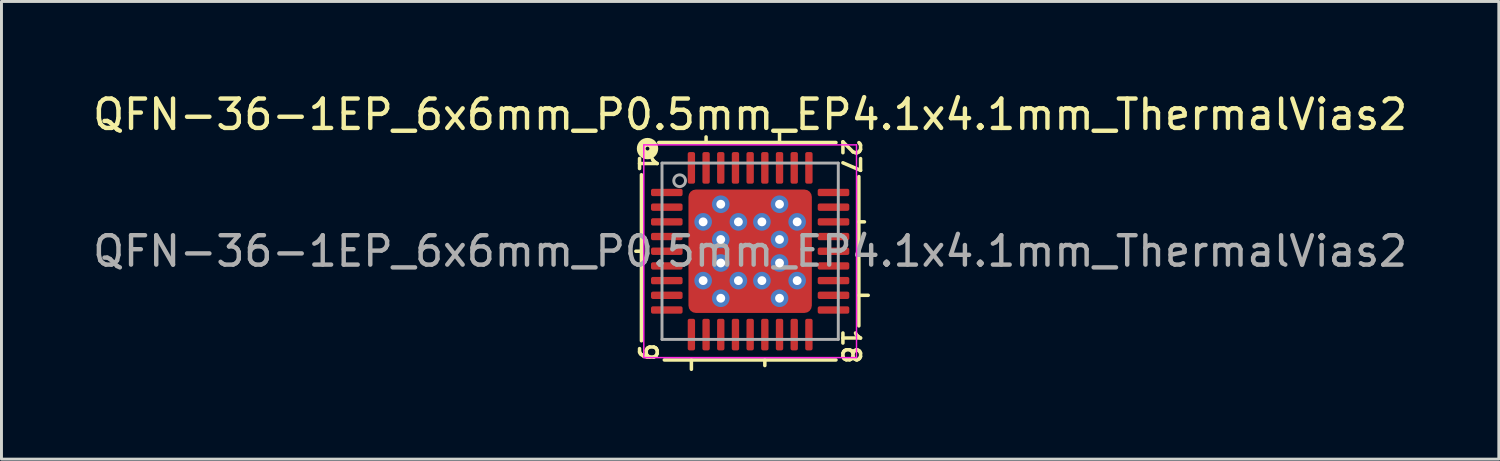
<source format=kicad_pcb>
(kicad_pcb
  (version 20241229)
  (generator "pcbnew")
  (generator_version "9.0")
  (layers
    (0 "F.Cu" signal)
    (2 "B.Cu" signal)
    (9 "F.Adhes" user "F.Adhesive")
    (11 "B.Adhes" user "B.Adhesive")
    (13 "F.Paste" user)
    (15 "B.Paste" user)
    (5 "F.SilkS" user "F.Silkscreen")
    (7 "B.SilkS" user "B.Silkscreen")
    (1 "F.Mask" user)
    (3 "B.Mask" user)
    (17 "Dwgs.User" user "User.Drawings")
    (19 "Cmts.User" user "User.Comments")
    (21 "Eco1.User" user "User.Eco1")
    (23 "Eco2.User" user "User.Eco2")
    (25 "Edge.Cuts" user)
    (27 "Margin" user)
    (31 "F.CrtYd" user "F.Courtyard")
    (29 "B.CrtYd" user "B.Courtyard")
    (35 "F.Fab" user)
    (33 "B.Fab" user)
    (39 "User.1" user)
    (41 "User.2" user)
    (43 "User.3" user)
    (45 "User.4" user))
  (footprint "QFN-36-1EP_6x6mm_P0.5mm_EP4.1x4.1mm_ThermalVias2"
    (layer "F.Cu")
    (at 22.482 5.501)
    (property "Reference" "QFN-36-1EP_6x6mm_P0.5mm_EP4.1x4.1mm_ThermalVias2" (at 0 -4.652 0) (layer "F.SilkS") (effects (font (size 1 1) (thickness 0.15))))
    (attr smd)
    (fp_line (start -3.7 -2.603) (end -3.7 3.048) (stroke (width 0.12) (type solid)) (layer "F.SilkS"))
    (fp_line (start -3.7 0) (end -3.89 0) (stroke (width 0.12) (type solid)) (layer "F.SilkS"))
    (fp_line (start -2.921 3.7) (end 2.921 3.7) (stroke (width 0.12) (type solid)) (layer "F.SilkS"))
    (fp_line (start -2 3.7) (end -2 4.018) (stroke (width 0.12) (type solid)) (layer "F.SilkS"))
    (fp_line (start -1.5 -3.7) (end -1.5 -3.89) (stroke (width 0.12) (type solid)) (layer "F.SilkS"))
    (fp_line (start 0.5 3.7) (end 0.5 3.89) (stroke (width 0.12) (type solid)) (layer "F.SilkS"))
    (fp_line (start 1 -3.7) (end 1 -4.018) (stroke (width 0.12) (type solid)) (layer "F.SilkS"))
    (fp_line (start 2.921 -3.7) (end -3.111 -3.7) (stroke (width 0.12) (type solid)) (layer "F.SilkS"))
    (fp_line (start 3.7 -1) (end 3.89 -1) (stroke (width 0.12) (type solid)) (layer "F.SilkS"))
    (fp_line (start 3.7 1.5) (end 4.018 1.5) (stroke (width 0.12) (type solid)) (layer "F.SilkS"))
    (fp_line (start 3.7 2.54) (end 3.7 -2.54) (stroke (width 0.12) (type solid)) (layer "F.SilkS"))
    (fp_circle (center -3.493 -3.493) (end -3.429 -3.493) (stroke (width 0.3) (type solid)) (fill no) (layer "F.SilkS"))
    (fp_line (start -3.62 -3.62) (end -3.62 3.62) (stroke (width 0.05) (type solid)) (layer "F.CrtYd"))
    (fp_line (start -3.62 3.62) (end 3.62 3.62) (stroke (width 0.05) (type solid)) (layer "F.CrtYd"))
    (fp_line (start 3.62 -3.62) (end -3.62 -3.62) (stroke (width 0.05) (type solid)) (layer "F.CrtYd"))
    (fp_line (start 3.62 3.62) (end 3.62 -3.62) (stroke (width 0.05) (type solid)) (layer "F.CrtYd"))
    (fp_line (start -3 -3) (end 3 -3) (stroke (width 0.1) (type solid)) (layer "F.Fab"))
    (fp_line (start -3 3) (end -3 -3) (stroke (width 0.1) (type solid)) (layer "F.Fab"))
    (fp_line (start 3 -3) (end 3 3) (stroke (width 0.1) (type solid)) (layer "F.Fab"))
    (fp_line (start 3 3) (end -3 3) (stroke (width 0.1) (type solid)) (layer "F.Fab"))
    (fp_circle (center -2.4 -2.4) (end -2.2 -2.4) (stroke (width 0.1) (type solid)) (fill no) (layer "F.Fab"))
    (fp_text user "27" (at 3.429 -3.239 270) (unlocked yes) (layer "F.SilkS") (effects (font (size 0.6 0.6) (thickness 0.12))))
    (fp_text user "18" (at 3.429 3.239 270) (unlocked yes) (layer "F.SilkS") (effects (font (size 0.6 0.6) (thickness 0.12))))
    (fp_text user "9" (at -3.493 3.429 270) (unlocked yes) (layer "F.SilkS") (effects (font (size 0.6 0.6) (thickness 0.12))))
    (fp_text user "1" (at -3.493 -2.985 270) (unlocked yes) (layer "F.SilkS") (effects (font (size 0.6 0.6) (thickness 0.12))))
    (fp_text user "${REFERENCE}" (at 0 0 0) (layer "F.Fab") (effects (font (size 1 1) (thickness 0.15))))
    (pad "" smd roundrect (at -1.65 -1.65) (size 0.5 0.5) (layers "F.Paste") (roundrect_rratio 0.25))
    (pad "" smd roundrect (at -1.65 -1.65) (size 0.7 0.7) (layers "F.Mask") (roundrect_rratio 0.25))
    (pad "" smd roundrect (at -1.65 -0.35) (size 0.5 0.5) (layers "F.Paste") (roundrect_rratio 0.25))
    (pad "" smd roundrect (at -1.65 0) (size 0.7 1.4) (layers "F.Mask") (roundrect_rratio 0.25))
    (pad "" smd roundrect (at -1.65 0.35) (size 0.5 0.5) (layers "F.Paste") (roundrect_rratio 0.25))
    (pad "" smd roundrect (at -1.65 1.65) (size 0.5 0.5) (layers "F.Paste") (roundrect_rratio 0.25))
    (pad "" smd roundrect (at -1.65 1.65) (size 0.7 0.7) (layers "F.Mask") (roundrect_rratio 0.25))
    (pad "" smd roundrect (at -0.35 -1.65 90) (size 0.5 0.5) (layers "F.Paste") (roundrect_rratio 0.25))
    (pad "" smd roundrect (at -0.35 -0.35) (size 0.5 0.5) (layers "F.Paste") (roundrect_rratio 0.25))
    (pad "" smd roundrect (at -0.35 0.35) (size 0.5 0.5) (layers "F.Paste") (roundrect_rratio 0.25))
    (pad "" smd roundrect (at -0.35 1.65 90) (size 0.5 0.5) (layers "F.Paste") (roundrect_rratio 0.25))
    (pad "" smd roundrect (at 0 -1.65 90) (size 0.7 1.4) (layers "F.Mask") (roundrect_rratio 0.25))
    (pad "" smd roundrect (at 0 0) (size 1.4 1.4) (layers "F.Mask") (roundrect_rratio 0.179))
    (pad "" smd roundrect (at 0 1.65 90) (size 0.7 1.4) (layers "F.Mask") (roundrect_rratio 0.25))
    (pad "" smd roundrect (at 0.35 -1.65 90) (size 0.5 0.5) (layers "F.Paste") (roundrect_rratio 0.25))
    (pad "" smd roundrect (at 0.35 -0.35) (size 0.5 0.5) (layers "F.Paste") (roundrect_rratio 0.25))
    (pad "" smd roundrect (at 0.35 0.35) (size 0.5 0.5) (layers "F.Paste") (roundrect_rratio 0.25))
    (pad "" smd roundrect (at 0.35 1.65 90) (size 0.5 0.5) (layers "F.Paste") (roundrect_rratio 0.25))
    (pad "" smd roundrect (at 1.65 -1.65) (size 0.5 0.5) (layers "F.Paste") (roundrect_rratio 0.25))
    (pad "" smd roundrect (at 1.65 -1.65) (size 0.7 0.7) (layers "F.Mask") (roundrect_rratio 0.25))
    (pad "" smd roundrect (at 1.65 -0.35) (size 0.5 0.5) (layers "F.Paste") (roundrect_rratio 0.25))
    (pad "" smd roundrect (at 1.65 0) (size 0.7 1.4) (layers "F.Mask") (roundrect_rratio 0.25))
    (pad "" smd roundrect (at 1.65 0.35) (size 0.5 0.5) (layers "F.Paste") (roundrect_rratio 0.25))
    (pad "" smd roundrect (at 1.65 1.65) (size 0.5 0.5) (layers "F.Paste") (roundrect_rratio 0.25))
    (pad "" smd roundrect (at 1.65 1.65) (size 0.7 0.7) (layers "F.Mask") (roundrect_rratio 0.25))
    (pad "1" smd roundrect (at -2.837 -2) (size 1.075 0.25) (layers "F.Cu" "F.Mask" "F.Paste") (roundrect_rratio 0.25))
    (pad "2" smd roundrect (at -2.837 -1.5) (size 1.075 0.25) (layers "F.Cu" "F.Mask" "F.Paste") (roundrect_rratio 0.25))
    (pad "3" smd roundrect (at -2.837 -1) (size 1.075 0.25) (layers "F.Cu" "F.Mask" "F.Paste") (roundrect_rratio 0.25))
    (pad "4" smd roundrect (at -2.837 -0.5) (size 1.075 0.25) (layers "F.Cu" "F.Mask" "F.Paste") (roundrect_rratio 0.25))
    (pad "5" smd roundrect (at -2.837 0) (size 1.075 0.25) (layers "F.Cu" "F.Mask" "F.Paste") (roundrect_rratio 0.25))
    (pad "6" smd roundrect (at -2.837 0.5) (size 1.075 0.25) (layers "F.Cu" "F.Mask" "F.Paste") (roundrect_rratio 0.25))
    (pad "7" smd roundrect (at -2.837 1) (size 1.075 0.25) (layers "F.Cu" "F.Mask" "F.Paste") (roundrect_rratio 0.25))
    (pad "8" smd roundrect (at -2.837 1.5) (size 1.075 0.25) (layers "F.Cu" "F.Mask" "F.Paste") (roundrect_rratio 0.25))
    (pad "9" smd roundrect (at -2.837 2) (size 1.075 0.25) (layers "F.Cu" "F.Mask" "F.Paste") (roundrect_rratio 0.25))
    (pad "10" smd roundrect (at -2 2.837) (size 0.25 1.075) (layers "F.Cu" "F.Mask" "F.Paste") (roundrect_rratio 0.25))
    (pad "11" smd roundrect (at -1.5 2.837) (size 0.25 1.075) (layers "F.Cu" "F.Mask" "F.Paste") (roundrect_rratio 0.25))
    (pad "12" smd roundrect (at -1 2.837) (size 0.25 1.075) (layers "F.Cu" "F.Mask" "F.Paste") (roundrect_rratio 0.25))
    (pad "13" smd roundrect (at -0.5 2.837) (size 0.25 1.075) (layers "F.Cu" "F.Mask" "F.Paste") (roundrect_rratio 0.25))
    (pad "14" smd roundrect (at 0 2.837) (size 0.25 1.075) (layers "F.Cu" "F.Mask" "F.Paste") (roundrect_rratio 0.25))
    (pad "15" smd roundrect (at 0.5 2.837) (size 0.25 1.075) (layers "F.Cu" "F.Mask" "F.Paste") (roundrect_rratio 0.25))
    (pad "16" smd roundrect (at 1 2.837) (size 0.25 1.075) (layers "F.Cu" "F.Mask" "F.Paste") (roundrect_rratio 0.25))
    (pad "17" smd roundrect (at 1.5 2.837) (size 0.25 1.075) (layers "F.Cu" "F.Mask" "F.Paste") (roundrect_rratio 0.25))
    (pad "18" smd roundrect (at 2 2.837) (size 0.25 1.075) (layers "F.Cu" "F.Mask" "F.Paste") (roundrect_rratio 0.25))
    (pad "19" smd roundrect (at 2.837 2) (size 1.075 0.25) (layers "F.Cu" "F.Mask" "F.Paste") (roundrect_rratio 0.25))
    (pad "20" smd roundrect (at 2.837 1.5) (size 1.075 0.25) (layers "F.Cu" "F.Mask" "F.Paste") (roundrect_rratio 0.25))
    (pad "21" smd roundrect (at 2.837 1) (size 1.075 0.25) (layers "F.Cu" "F.Mask" "F.Paste") (roundrect_rratio 0.25))
    (pad "22" smd roundrect (at 2.837 0.5) (size 1.075 0.25) (layers "F.Cu" "F.Mask" "F.Paste") (roundrect_rratio 0.25))
    (pad "23" smd roundrect (at 2.837 0) (size 1.075 0.25) (layers "F.Cu" "F.Mask" "F.Paste") (roundrect_rratio 0.25))
    (pad "24" smd roundrect (at 2.837 -0.5) (size 1.075 0.25) (layers "F.Cu" "F.Mask" "F.Paste") (roundrect_rratio 0.25))
    (pad "25" smd roundrect (at 2.837 -1) (size 1.075 0.25) (layers "F.Cu" "F.Mask" "F.Paste") (roundrect_rratio 0.25))
    (pad "26" smd roundrect (at 2.837 -1.5) (size 1.075 0.25) (layers "F.Cu" "F.Mask" "F.Paste") (roundrect_rratio 0.25))
    (pad "27" smd roundrect (at 2.837 -2) (size 1.075 0.25) (layers "F.Cu" "F.Mask" "F.Paste") (roundrect_rratio 0.25))
    (pad "28" smd roundrect (at 2 -2.837) (size 0.25 1.075) (layers "F.Cu" "F.Mask" "F.Paste") (roundrect_rratio 0.25))
    (pad "29" smd roundrect (at 1.5 -2.837) (size 0.25 1.075) (layers "F.Cu" "F.Mask" "F.Paste") (roundrect_rratio 0.25))
    (pad "30" smd roundrect (at 1 -2.837) (size 0.25 1.075) (layers "F.Cu" "F.Mask" "F.Paste") (roundrect_rratio 0.25))
    (pad "31" smd roundrect (at 0.5 -2.837) (size 0.25 1.075) (layers "F.Cu" "F.Mask" "F.Paste") (roundrect_rratio 0.25))
    (pad "32" smd roundrect (at 0 -2.837) (size 0.25 1.075) (layers "F.Cu" "F.Mask" "F.Paste") (roundrect_rratio 0.25))
    (pad "33" smd roundrect (at -0.5 -2.837) (size 0.25 1.075) (layers "F.Cu" "F.Mask" "F.Paste") (roundrect_rratio 0.25))
    (pad "34" smd roundrect (at -1 -2.837) (size 0.25 1.075) (layers "F.Cu" "F.Mask" "F.Paste") (roundrect_rratio 0.25))
    (pad "35" smd roundrect (at -1.5 -2.837) (size 0.25 1.075) (layers "F.Cu" "F.Mask" "F.Paste") (roundrect_rratio 0.25))
    (pad "36" smd roundrect (at -2 -2.837) (size 0.25 1.075) (layers "F.Cu" "F.Mask" "F.Paste") (roundrect_rratio 0.25))
    (pad "37" thru_hole circle (at -1.6 -1) (size 0.6 0.6) (drill 0.3) (property pad_prop_heatsink) (layers "*.Cu" "*.Mask"))
    (pad "37" thru_hole circle (at -1.6 1) (size 0.6 0.6) (drill 0.3) (property pad_prop_heatsink) (layers "*.Cu" "*.Mask"))
    (pad "37" thru_hole circle (at -1 -1.6) (size 0.6 0.6) (drill 0.3) (property pad_prop_heatsink) (layers "*.Cu" "*.Mask"))
    (pad "37" thru_hole circle (at -1 -0.4) (size 0.6 0.6) (drill 0.3) (property pad_prop_heatsink) (layers "*.Cu" "*.Mask"))
    (pad "37" thru_hole circle (at -1 0.4) (size 0.6 0.6) (drill 0.3) (property pad_prop_heatsink) (layers "*.Cu" "*.Mask"))
    (pad "37" thru_hole circle (at -1 1.6) (size 0.6 0.6) (drill 0.3) (property pad_prop_heatsink) (layers "*.Cu" "*.Mask"))
    (pad "37" thru_hole circle (at -0.4 -1) (size 0.6 0.6) (drill 0.3) (property pad_prop_heatsink) (layers "*.Cu" "*.Mask"))
    (pad "37" thru_hole circle (at -0.4 1) (size 0.6 0.6) (drill 0.3) (property pad_prop_heatsink) (layers "*.Cu" "*.Mask"))
    (pad "37" smd roundrect (at 0 0) (size 4.2 4.2) (layers "F.Cu") (roundrect_rratio 0.06))
    (pad "37" thru_hole circle (at 0.4 -1) (size 0.6 0.6) (drill 0.3) (property pad_prop_heatsink) (layers "*.Cu" "*.Mask"))
    (pad "37" thru_hole circle (at 0.4 1) (size 0.6 0.6) (drill 0.3) (property pad_prop_heatsink) (layers "*.Cu" "*.Mask"))
    (pad "37" thru_hole circle (at 1 -1.6) (size 0.6 0.6) (drill 0.3) (property pad_prop_heatsink) (layers "*.Cu" "*.Mask"))
    (pad "37" thru_hole circle (at 1 -0.4) (size 0.6 0.6) (drill 0.3) (property pad_prop_heatsink) (layers "*.Cu" "*.Mask"))
    (pad "37" thru_hole circle (at 1 0.4) (size 0.6 0.6) (drill 0.3) (property pad_prop_heatsink) (layers "*.Cu" "*.Mask"))
    (pad "37" thru_hole circle (at 1 1.6) (size 0.6 0.6) (drill 0.3) (property pad_prop_heatsink) (layers "*.Cu" "*.Mask"))
    (pad "37" thru_hole circle (at 1.6 -1) (size 0.6 0.6) (drill 0.3) (property pad_prop_heatsink) (layers "*.Cu" "*.Mask"))
    (pad "37" thru_hole circle (at 1.6 1) (size 0.6 0.6) (drill 0.3) (property pad_prop_heatsink) (layers "*.Cu" "*.Mask")))
  (gr_rect
    (start -3 -3)
    (end 47.964 12.578)
    (stroke (width 0.1) (type default))
    (fill no)
    (layer "Edge.Cuts")))
</source>
